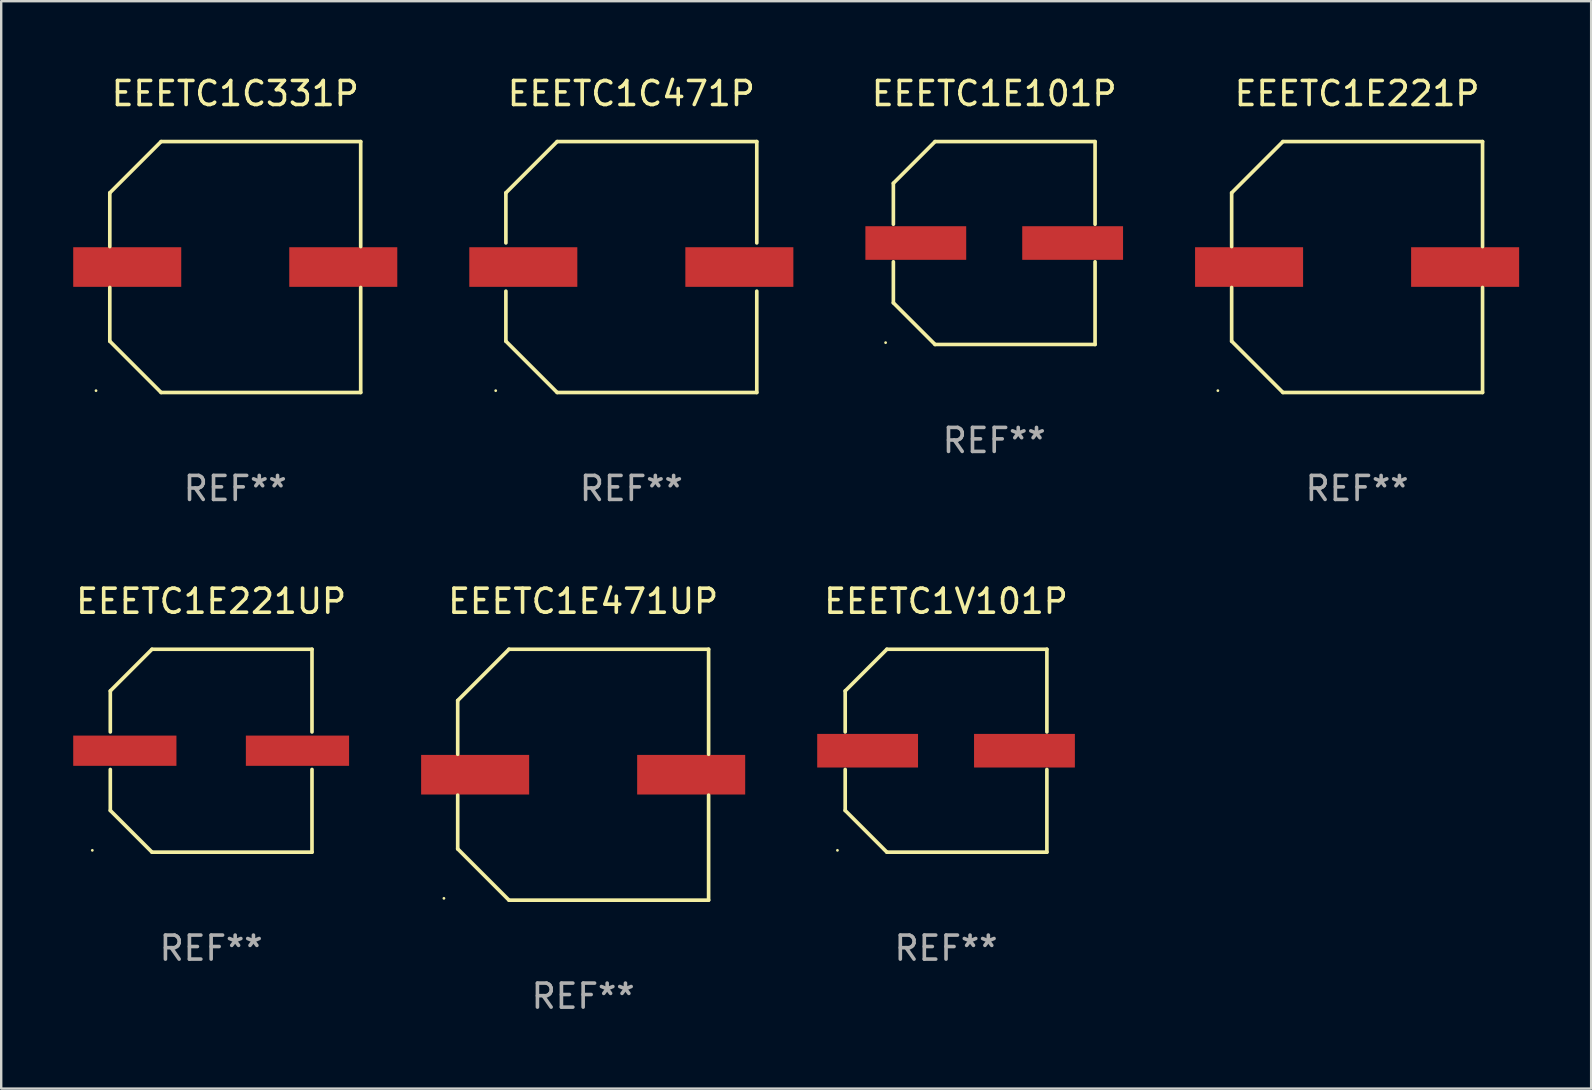
<source format=kicad_pcb>
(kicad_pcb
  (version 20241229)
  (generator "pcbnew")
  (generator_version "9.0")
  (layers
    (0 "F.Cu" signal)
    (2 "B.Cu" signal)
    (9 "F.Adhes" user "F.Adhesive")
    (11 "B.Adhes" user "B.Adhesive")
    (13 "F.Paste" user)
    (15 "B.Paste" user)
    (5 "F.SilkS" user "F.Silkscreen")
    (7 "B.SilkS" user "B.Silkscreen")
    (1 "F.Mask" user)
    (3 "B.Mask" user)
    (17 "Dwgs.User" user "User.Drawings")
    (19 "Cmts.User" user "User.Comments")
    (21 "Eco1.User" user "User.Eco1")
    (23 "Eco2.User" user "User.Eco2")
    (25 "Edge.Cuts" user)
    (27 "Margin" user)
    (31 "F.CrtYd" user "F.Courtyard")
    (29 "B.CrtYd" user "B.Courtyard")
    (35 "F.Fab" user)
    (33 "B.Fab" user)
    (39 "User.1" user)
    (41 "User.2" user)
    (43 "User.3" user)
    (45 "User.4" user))
  (footprint "EEETC1E221UP"
    (layer "F.Cu")
    (at 5.746 28.223)
    (property "Reference" "EEETC1E221UP" (at 0 -6.226 0) (layer "F.SilkS") (effects (font (size 1 1) (thickness 0.15))))
    (attr through_hole)
    (fp_line (start -4.201 -2.49) (end -4.201 -0.782) (stroke (width 0.152) (type solid)) (layer "F.SilkS"))
    (fp_line (start -4.201 2.49) (end -4.201 0.782) (stroke (width 0.152) (type solid)) (layer "F.SilkS"))
    (fp_line (start -2.465 -4.226) (end -4.201 -2.49) (stroke (width 0.152) (type solid)) (layer "F.SilkS"))
    (fp_line (start -2.465 4.226) (end -4.201 2.49) (stroke (width 0.152) (type solid)) (layer "F.SilkS"))
    (fp_line (start 4.201 -4.226) (end -2.465 -4.226) (stroke (width 0.152) (type solid)) (layer "F.SilkS"))
    (fp_line (start 4.201 -0.782) (end 4.201 -4.226) (stroke (width 0.152) (type solid)) (layer "F.SilkS"))
    (fp_line (start 4.201 0.782) (end 4.201 4.226) (stroke (width 0.152) (type solid)) (layer "F.SilkS"))
    (fp_line (start 4.201 4.226) (end -2.465 4.226) (stroke (width 0.152) (type solid)) (layer "F.SilkS"))
    (fp_circle (center -4.95 4.15) (end -4.92 4.15) (stroke (width 0.06) (type solid)) (fill no) (layer "F.SilkS"))
    (fp_text user "REF**" (at 0 8.226 0) (layer "F.Fab") (effects (font (size 1 1) (thickness 0.15))))
    (pad "1" smd rect (at -3.596 0.000025) (size 4.3 1.26) (layers "F.Cu" "F.Mask" "F.Paste"))
    (pad "2" smd rect (at 3.596 0.000025) (size 4.3 1.26) (layers "F.Cu" "F.Mask" "F.Paste")))
  (footprint "EEETC1E221P"
    (layer "F.Cu")
    (at 53.484 8.074)
    (property "Reference" "EEETC1E221P" (at 0 -7.226 0) (layer "F.SilkS") (effects (font (size 1 1) (thickness 0.15))))
    (attr through_hole)
    (fp_line (start -5.226 -3.09) (end -5.226 -0.852) (stroke (width 0.152) (type solid)) (layer "F.SilkS"))
    (fp_line (start -5.226 3.09) (end -5.226 0.852) (stroke (width 0.152) (type solid)) (layer "F.SilkS"))
    (fp_line (start -3.09 -5.226) (end -5.226 -3.09) (stroke (width 0.152) (type solid)) (layer "F.SilkS"))
    (fp_line (start -3.09 5.226) (end -5.226 3.09) (stroke (width 0.152) (type solid)) (layer "F.SilkS"))
    (fp_line (start 5.226 -5.226) (end -3.09 -5.226) (stroke (width 0.152) (type solid)) (layer "F.SilkS"))
    (fp_line (start 5.226 -0.852) (end 5.226 -5.226) (stroke (width 0.152) (type solid)) (layer "F.SilkS"))
    (fp_line (start 5.226 0.852) (end 5.226 5.226) (stroke (width 0.152) (type solid)) (layer "F.SilkS"))
    (fp_line (start 5.226 5.226) (end -3.09 5.226) (stroke (width 0.152) (type solid)) (layer "F.SilkS"))
    (fp_circle (center -5.8 5.15) (end -5.77 5.15) (stroke (width 0.06) (type solid)) (fill no) (layer "F.SilkS"))
    (fp_text user "REF**" (at 0 9.226 0) (layer "F.Fab") (effects (font (size 1 1) (thickness 0.15))))
    (pad "1" smd rect (at -4.5 0) (size 4.5 1.65) (layers "F.Cu" "F.Mask" "F.Paste"))
    (pad "2" smd rect (at 4.5 0) (size 4.5 1.65) (layers "F.Cu" "F.Mask" "F.Paste")))
  (footprint "EEETC1E101P"
    (layer "F.Cu")
    (at 38.367 7.074)
    (property "Reference" "EEETC1E101P" (at 0 -6.226 0) (layer "F.SilkS") (effects (font (size 1 1) (thickness 0.15))))
    (attr through_hole)
    (fp_line (start -4.201 -2.49) (end -4.201 -0.782) (stroke (width 0.152) (type solid)) (layer "F.SilkS"))
    (fp_line (start -4.201 2.49) (end -4.201 0.782) (stroke (width 0.152) (type solid)) (layer "F.SilkS"))
    (fp_line (start -2.465 -4.226) (end -4.201 -2.49) (stroke (width 0.152) (type solid)) (layer "F.SilkS"))
    (fp_line (start -2.465 4.226) (end -4.201 2.49) (stroke (width 0.152) (type solid)) (layer "F.SilkS"))
    (fp_line (start 4.201 -4.226) (end -2.465 -4.226) (stroke (width 0.152) (type solid)) (layer "F.SilkS"))
    (fp_line (start 4.201 -0.782) (end 4.201 -4.226) (stroke (width 0.152) (type solid)) (layer "F.SilkS"))
    (fp_line (start 4.201 0.782) (end 4.201 4.226) (stroke (width 0.152) (type solid)) (layer "F.SilkS"))
    (fp_line (start 4.201 4.226) (end -2.465 4.226) (stroke (width 0.152) (type solid)) (layer "F.SilkS"))
    (fp_circle (center -4.524 4.15) (end -4.494 4.15) (stroke (width 0.06) (type solid)) (fill no) (layer "F.SilkS"))
    (fp_text user "REF**" (at 0 8.226 0) (layer "F.Fab") (effects (font (size 1 1) (thickness 0.15))))
    (pad "1" smd rect (at -3.267 0) (size 4.2 1.4) (layers "F.Cu" "F.Mask" "F.Paste"))
    (pad "2" smd rect (at 3.267 0) (size 4.2 1.4) (layers "F.Cu" "F.Mask" "F.Paste")))
  (footprint "EEETC1C471P"
    (layer "F.Cu")
    (at 23.25 8.074)
    (property "Reference" "EEETC1C471P" (at 0 -7.226 0) (layer "F.SilkS") (effects (font (size 1 1) (thickness 0.15))))
    (attr through_hole)
    (fp_line (start -5.226 -3.09) (end -5.226 -1.005) (stroke (width 0.152) (type solid)) (layer "F.SilkS"))
    (fp_line (start -5.226 1.005) (end -5.226 3.09) (stroke (width 0.152) (type solid)) (layer "F.SilkS"))
    (fp_line (start -3.09 -5.226) (end -5.226 -3.09) (stroke (width 0.152) (type solid)) (layer "F.SilkS"))
    (fp_line (start -3.09 5.226) (end -5.226 3.09) (stroke (width 0.152) (type solid)) (layer "F.SilkS"))
    (fp_line (start 5.226 -5.226) (end -3.09 -5.226) (stroke (width 0.152) (type solid)) (layer "F.SilkS"))
    (fp_line (start 5.226 -1.005) (end 5.226 -5.226) (stroke (width 0.152) (type solid)) (layer "F.SilkS"))
    (fp_line (start 5.226 5.226) (end -3.09 5.226) (stroke (width 0.152) (type solid)) (layer "F.SilkS"))
    (fp_line (start 5.226 5.226) (end 5.226 1.005) (stroke (width 0.152) (type solid)) (layer "F.SilkS"))
    (fp_circle (center -5.65 5.15) (end -5.62 5.15) (stroke (width 0.06) (type solid)) (fill no) (layer "F.SilkS"))
    (fp_text user "REF**" (at 0 9.226 0) (layer "F.Fab") (effects (font (size 1 1) (thickness 0.15))))
    (pad "1" smd rect (at -4.5 0) (size 4.5 1.65) (layers "F.Cu" "F.Mask" "F.Paste"))
    (pad "2" smd rect (at 4.5 0) (size 4.5 1.65) (layers "F.Cu" "F.Mask" "F.Paste")))
  (footprint "EEETC1E471UP"
    (layer "F.Cu")
    (at 21.243 29.223)
    (property "Reference" "EEETC1E471UP" (at 0 -7.226 0) (layer "F.SilkS") (effects (font (size 1 1) (thickness 0.15))))
    (attr through_hole)
    (fp_line (start -5.226 -3.09) (end -5.226 -0.852) (stroke (width 0.152) (type solid)) (layer "F.SilkS"))
    (fp_line (start -5.226 3.09) (end -5.226 0.852) (stroke (width 0.152) (type solid)) (layer "F.SilkS"))
    (fp_line (start -3.09 -5.226) (end -5.226 -3.09) (stroke (width 0.152) (type solid)) (layer "F.SilkS"))
    (fp_line (start -3.09 5.226) (end -5.226 3.09) (stroke (width 0.152) (type solid)) (layer "F.SilkS"))
    (fp_line (start 5.226 -5.226) (end -3.09 -5.226) (stroke (width 0.152) (type solid)) (layer "F.SilkS"))
    (fp_line (start 5.226 -0.852) (end 5.226 -5.226) (stroke (width 0.152) (type solid)) (layer "F.SilkS"))
    (fp_line (start 5.226 0.852) (end 5.226 5.226) (stroke (width 0.152) (type solid)) (layer "F.SilkS"))
    (fp_line (start 5.226 5.226) (end -3.09 5.226) (stroke (width 0.152) (type solid)) (layer "F.SilkS"))
    (fp_circle (center -5.8 5.15) (end -5.77 5.15) (stroke (width 0.06) (type solid)) (fill no) (layer "F.SilkS"))
    (fp_text user "REF**" (at 0 9.226 0) (layer "F.Fab") (effects (font (size 1 1) (thickness 0.15))))
    (pad "1" smd rect (at -4.5 0) (size 4.5 1.65) (layers "F.Cu" "F.Mask" "F.Paste"))
    (pad "2" smd rect (at 4.5 0) (size 4.5 1.65) (layers "F.Cu" "F.Mask" "F.Paste")))
  (footprint "EEETC1C331P"
    (layer "F.Cu")
    (at 6.75 8.074)
    (property "Reference" "EEETC1C331P" (at 0 -7.226 0) (layer "F.SilkS") (effects (font (size 1 1) (thickness 0.15))))
    (attr through_hole)
    (fp_line (start -5.226 -3.09) (end -5.226 -0.852) (stroke (width 0.152) (type solid)) (layer "F.SilkS"))
    (fp_line (start -5.226 3.09) (end -5.226 0.852) (stroke (width 0.152) (type solid)) (layer "F.SilkS"))
    (fp_line (start -3.09 -5.226) (end -5.226 -3.09) (stroke (width 0.152) (type solid)) (layer "F.SilkS"))
    (fp_line (start -3.09 5.226) (end -5.226 3.09) (stroke (width 0.152) (type solid)) (layer "F.SilkS"))
    (fp_line (start 5.226 -5.226) (end -3.09 -5.226) (stroke (width 0.152) (type solid)) (layer "F.SilkS"))
    (fp_line (start 5.226 -0.852) (end 5.226 -5.226) (stroke (width 0.152) (type solid)) (layer "F.SilkS"))
    (fp_line (start 5.226 0.852) (end 5.226 5.226) (stroke (width 0.152) (type solid)) (layer "F.SilkS"))
    (fp_line (start 5.226 5.226) (end -3.09 5.226) (stroke (width 0.152) (type solid)) (layer "F.SilkS"))
    (fp_circle (center -5.8 5.15) (end -5.77 5.15) (stroke (width 0.06) (type solid)) (fill no) (layer "F.SilkS"))
    (fp_text user "REF**" (at 0 9.226 0) (layer "F.Fab") (effects (font (size 1 1) (thickness 0.15))))
    (pad "1" smd rect (at -4.5 0) (size 4.5 1.65) (layers "F.Cu" "F.Mask" "F.Paste"))
    (pad "2" smd rect (at 4.5 0) (size 4.5 1.65) (layers "F.Cu" "F.Mask" "F.Paste")))
  (footprint "EEETC1V101P"
    (layer "F.Cu")
    (at 36.36 28.223)
    (property "Reference" "EEETC1V101P" (at 0 -6.226 0) (layer "F.SilkS") (effects (font (size 1 1) (thickness 0.15))))
    (attr through_hole)
    (fp_line (start -4.201 -2.49) (end -4.201 -0.782) (stroke (width 0.152) (type solid)) (layer "F.SilkS"))
    (fp_line (start -4.201 2.49) (end -4.201 0.782) (stroke (width 0.152) (type solid)) (layer "F.SilkS"))
    (fp_line (start -2.465 -4.226) (end -4.201 -2.49) (stroke (width 0.152) (type solid)) (layer "F.SilkS"))
    (fp_line (start -2.465 4.226) (end -4.201 2.49) (stroke (width 0.152) (type solid)) (layer "F.SilkS"))
    (fp_line (start 4.201 -4.226) (end -2.465 -4.226) (stroke (width 0.152) (type solid)) (layer "F.SilkS"))
    (fp_line (start 4.201 -0.782) (end 4.201 -4.226) (stroke (width 0.152) (type solid)) (layer "F.SilkS"))
    (fp_line (start 4.201 0.782) (end 4.201 4.226) (stroke (width 0.152) (type solid)) (layer "F.SilkS"))
    (fp_line (start 4.201 4.226) (end -2.465 4.226) (stroke (width 0.152) (type solid)) (layer "F.SilkS"))
    (fp_circle (center -4.524 4.15) (end -4.494 4.15) (stroke (width 0.06) (type solid)) (fill no) (layer "F.SilkS"))
    (fp_text user "REF**" (at 0 8.226 0) (layer "F.Fab") (effects (font (size 1 1) (thickness 0.15))))
    (pad "1" smd rect (at -3.267 0) (size 4.2 1.4) (layers "F.Cu" "F.Mask" "F.Paste"))
    (pad "2" smd rect (at 3.267 0) (size 4.2 1.4) (layers "F.Cu" "F.Mask" "F.Paste")))
  (gr_rect
    (start -3 -3)
    (end 63.234 42.298)
    (stroke (width 0.1) (type default))
    (fill no)
    (layer "Edge.Cuts")))
</source>
